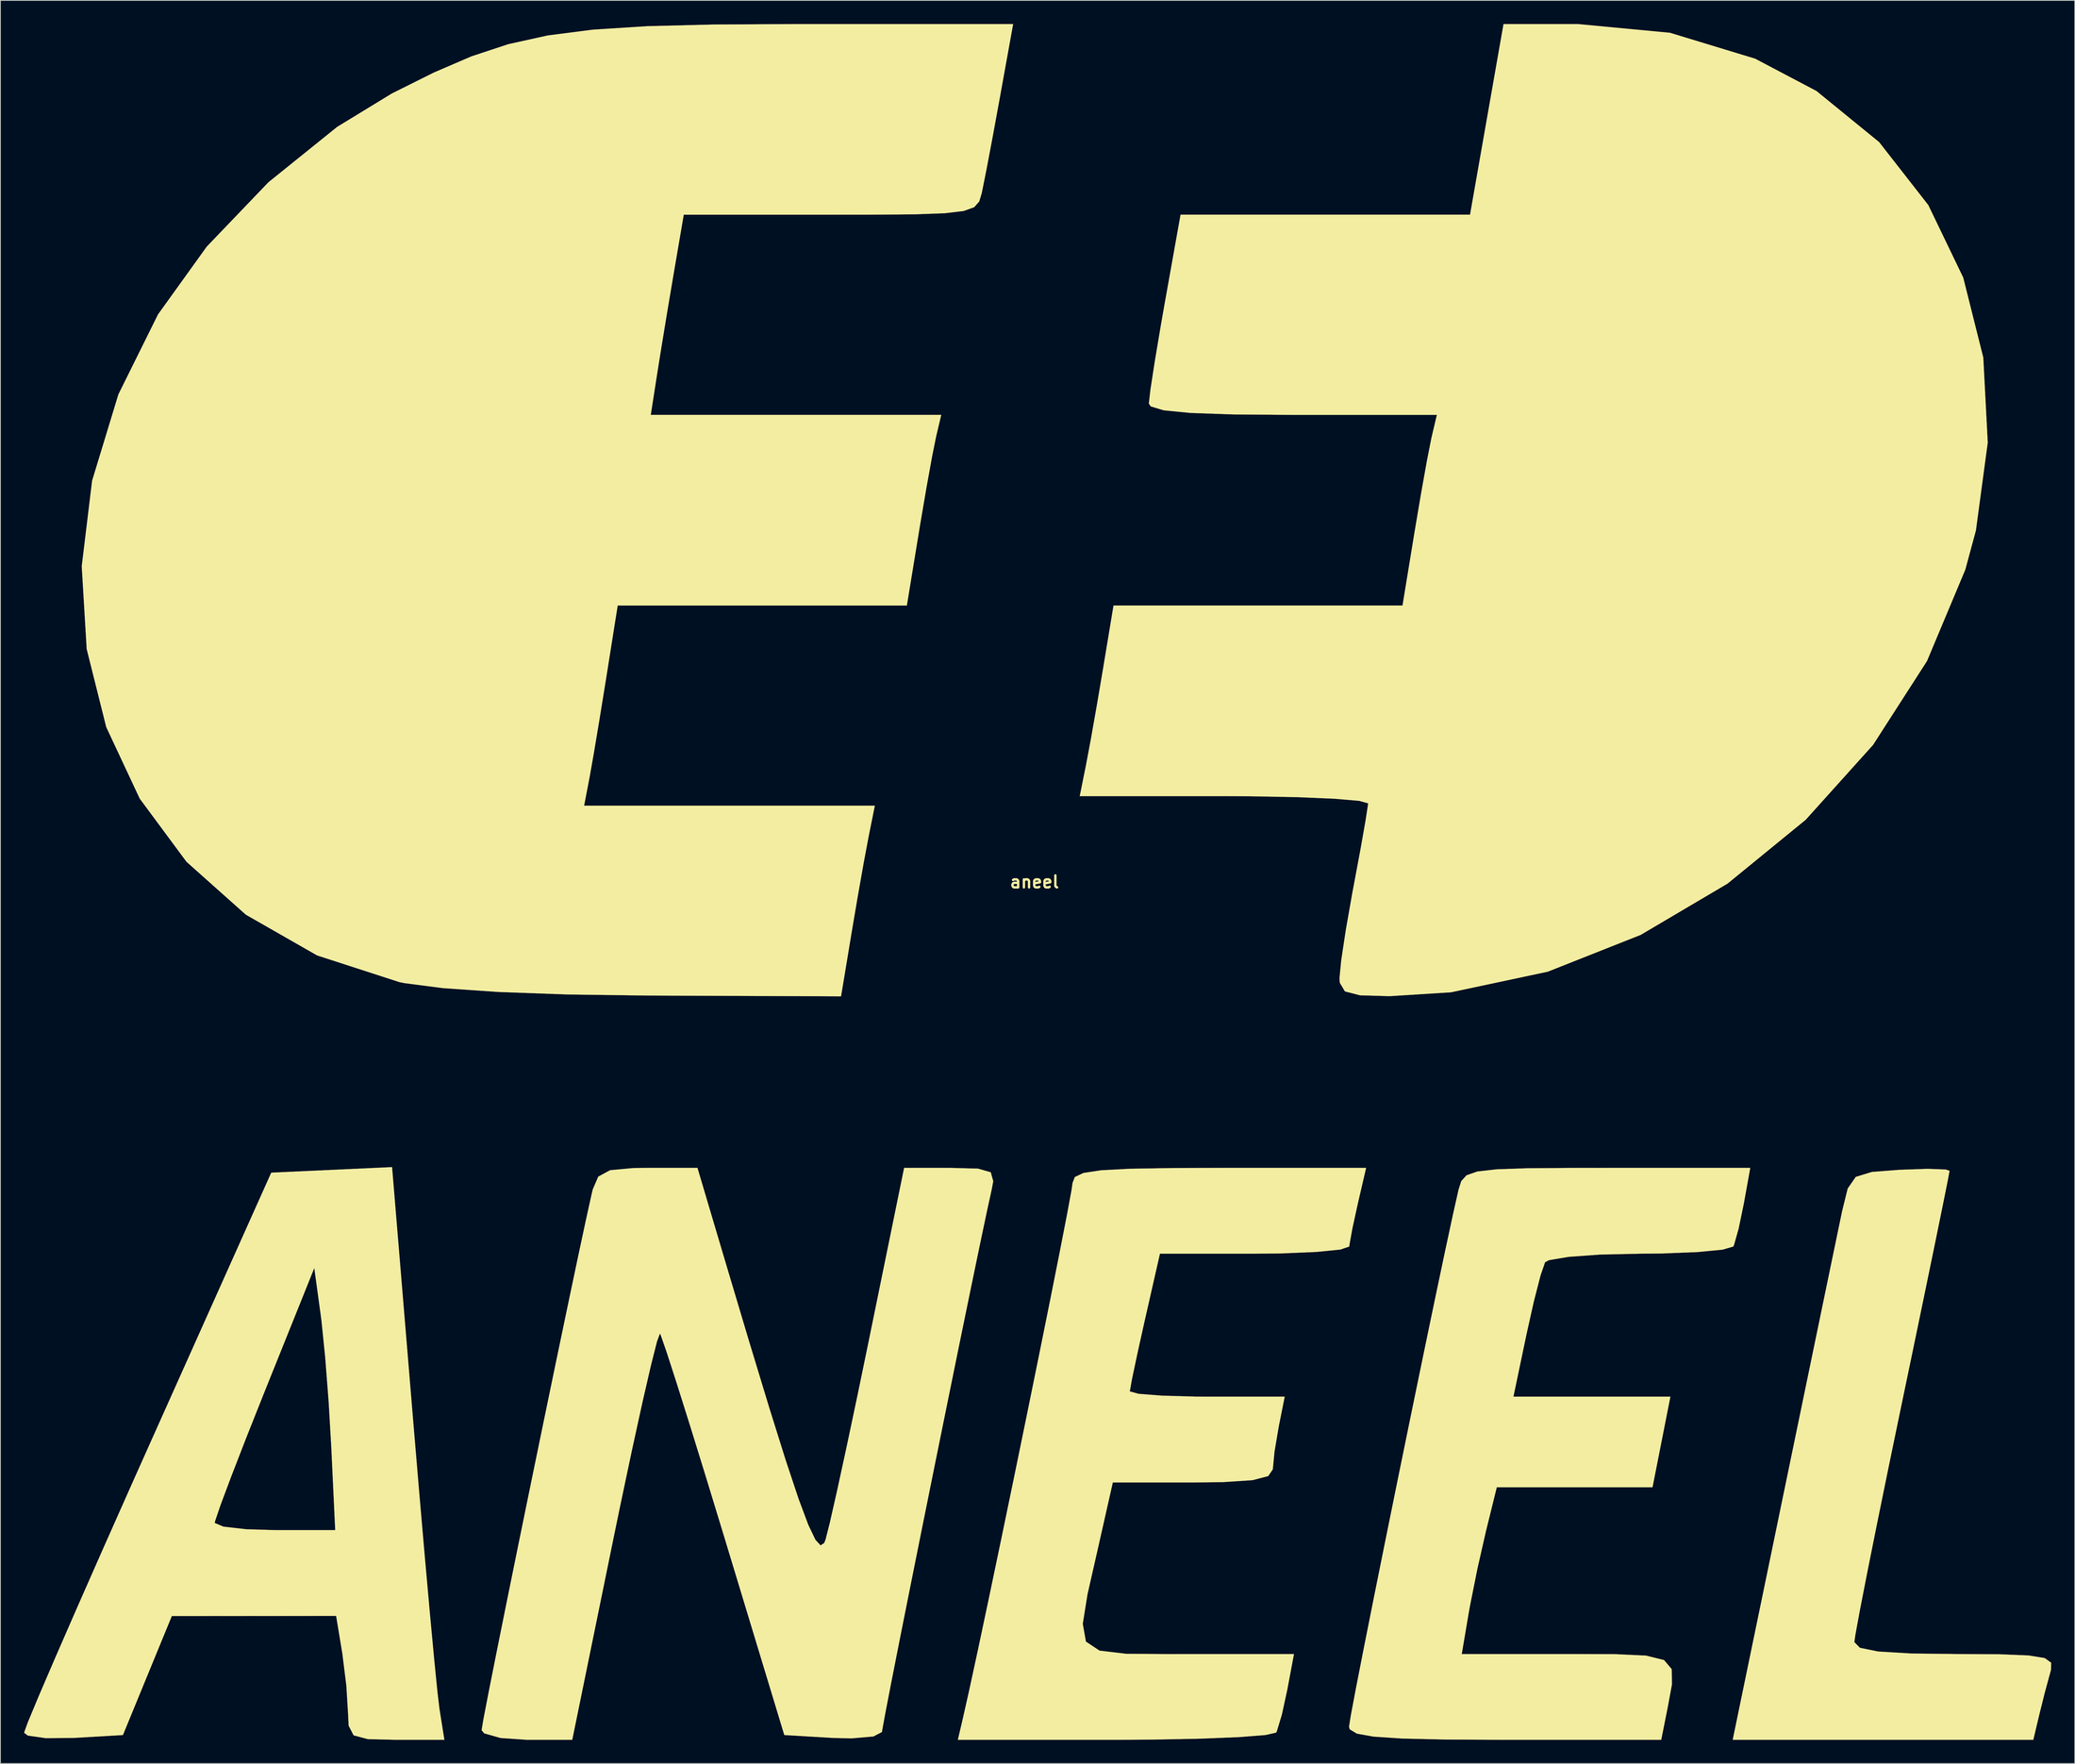
<source format=kicad_pcb>
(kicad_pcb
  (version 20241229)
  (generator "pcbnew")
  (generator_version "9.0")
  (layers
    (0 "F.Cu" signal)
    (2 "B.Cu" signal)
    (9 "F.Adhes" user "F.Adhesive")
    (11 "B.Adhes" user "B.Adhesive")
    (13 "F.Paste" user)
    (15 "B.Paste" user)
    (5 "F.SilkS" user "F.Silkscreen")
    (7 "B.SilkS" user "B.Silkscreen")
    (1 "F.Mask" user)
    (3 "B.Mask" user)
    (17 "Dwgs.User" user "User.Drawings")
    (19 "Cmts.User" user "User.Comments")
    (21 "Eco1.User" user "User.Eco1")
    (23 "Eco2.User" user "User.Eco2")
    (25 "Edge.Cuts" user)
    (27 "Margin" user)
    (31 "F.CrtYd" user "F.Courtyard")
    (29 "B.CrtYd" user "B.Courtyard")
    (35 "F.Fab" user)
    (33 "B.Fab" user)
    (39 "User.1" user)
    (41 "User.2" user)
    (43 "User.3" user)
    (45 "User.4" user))
  (footprint "aneel"
    (layer "F.Cu")
    (at 128.215 108.862)
    (property "Reference" "aneel" (at 0 0 0) (layer "F.SilkS") (effects (font (size 1.524 1.524) (thickness 0.3))))
    (attr through_hole)
    (fp_poly (pts (xy 115.629 36.491) (xy 116.114 36.652) (xy 115.877 37.924) (xy 115.211 41.234) (xy 114.184 46.256) (xy 112.862 52.661) (xy 111.314 60.122) (xy 110.078 66.047) (xy 108.4 74.14) (xy 106.9 81.483) (xy 105.647 87.732) (xy 104.709 92.544) (xy 104.154 95.576) (xy 104.031 96.46) (xy 104.739 97.183) (xy 107.06 97.654) (xy 111.273 97.906) (xy 116.801 97.971) (xy 122.483 98.005) (xy 126.146 98.154) (xy 128.185 98.485) (xy 128.999 99.07) (xy 128.985 99.976) (xy 128.953 100.088) (xy 128.194 102.876) (xy 127.531 105.531) (xy 126.738 108.857) (xy 88.599 108.857) (xy 95.039 77.712) (xy 96.825 69.078) (xy 98.5 60.986) (xy 99.986 53.81) (xy 101.205 47.929) (xy 102.08 43.719) (xy 102.495 41.729) (xy 103.192 38.903) (xy 104.213 37.427) (xy 106.267 36.798) (xy 109.813 36.525) (xy 113.342 36.405) (xy 115.629 36.491)) (stroke (width 0.01) (type solid)) (fill yes) (layer "F.SilkS"))
    (fp_poly (pts (xy -78.822 68.591) (xy -78.078 77.403) (xy -77.366 85.602) (xy -76.718 92.823) (xy -76.168 98.703) (xy -75.749 102.879) (xy -75.504 104.926) (xy -74.881 108.857) (xy -80.983 108.857) (xy -84.587 108.771) (xy -86.394 108.287) (xy -87.025 107.067) (xy -87.099 105.531) (xy -87.313 102.01) (xy -87.816 97.955) (xy -87.862 97.669) (xy -88.612 93.133) (xy -99.037 93.14) (xy -109.462 93.146) (xy -112.566 100.699) (xy -115.669 108.252) (xy -121.939 108.618) (xy -125.456 108.645) (xy -127.731 108.32) (xy -128.21 107.955) (xy -127.732 106.638) (xy -126.379 103.387) (xy -124.269 98.476) (xy -121.52 92.177) (xy -118.251 84.761) (xy -116.731 81.34) (xy -104.024 81.34) (xy -102.919 81.808) (xy -100.041 82.136) (xy -96.374 82.248) (xy -88.729 82.248) (xy -89.228 71.664) (xy -89.564 65.92) (xy -90.004 60.263) (xy -90.463 55.745) (xy -90.555 55.033) (xy -91.384 48.986) (xy -97.706 64.71) (xy -99.989 70.449) (xy -101.904 75.384) (xy -103.288 79.082) (xy -103.977 81.112) (xy -104.024 81.34) (xy -116.731 81.34) (xy -114.58 76.502) (xy -112.527 71.908) (xy -96.845 36.89) (xy -81.518 36.186) (xy -78.822 68.591)) (stroke (width 0.01) (type solid)) (fill yes) (layer "F.SilkS"))
    (fp_poly (pts (xy 80.641 -107.75) (xy 91.44 -104.465) (xy 99.226 -100.362) (xy 107.175 -93.881) (xy 113.412 -85.894) (xy 117.848 -76.685) (xy 120.392 -66.542) (xy 120.958 -55.75) (xy 119.455 -44.595) (xy 118.107 -39.617) (xy 113.25 -28.033) (xy 106.402 -17.384) (xy 97.863 -7.893) (xy 87.938 0.214) (xy 76.927 6.715) (xy 65.133 11.386) (xy 52.859 14.001) (xy 45.055 14.493) (xy 41.305 14.384) (xy 39.393 13.887) (xy 38.741 12.793) (xy 38.705 12.202) (xy 38.925 9.948) (xy 39.508 6.083) (xy 40.338 1.365) (xy 40.519 0.409) (xy 41.37 -4.147) (xy 42.007 -7.76) (xy 42.319 -9.792) (xy 42.333 -9.979) (xy 41.193 -10.293) (xy 38.051 -10.56) (xy 33.322 -10.759) (xy 27.423 -10.87) (xy 24.039 -10.886) (xy 5.745 -10.886) (xy 6.536 -14.817) (xy 7.151 -18.091) (xy 7.961 -22.68) (xy 8.678 -26.912) (xy 10.031 -35.076) (xy 46.7 -35.076) (xy 48.237 -44.45) (xy 49.059 -49.314) (xy 49.817 -53.538) (xy 50.364 -56.308) (xy 50.418 -56.545) (xy 51.062 -59.267) (xy 32.788 -59.267) (xy 25.201 -59.325) (xy 19.812 -59.513) (xy 16.401 -59.848) (xy 14.751 -60.345) (xy 14.514 -60.709) (xy 14.717 -62.472) (xy 15.26 -66.005) (xy 16.048 -70.697) (xy 16.525 -73.409) (xy 18.536 -84.667) (xy 55.269 -84.667) (xy 59.518 -108.857) (xy 68.961 -108.857) (xy 80.641 -107.75)) (stroke (width 0.01) (type solid)) (fill yes) (layer "F.SilkS"))
    (fp_poly (pts (xy 90.005 40.821) (xy 89.346 43.999) (xy 88.761 46.067) (xy 88.67 46.264) (xy 87.313 46.658) (xy 84.099 46.966) (xy 79.588 47.144) (xy 76.805 47.171) (xy 71.805 47.28) (xy 67.776 47.57) (xy 65.289 47.99) (xy 64.789 48.252) (xy 64.216 49.917) (xy 63.363 53.229) (xy 62.447 57.323) (xy 60.772 65.314) (xy 80.69 65.314) (xy 79.556 71.06) (xy 78.422 76.805) (xy 58.662 76.805) (xy 57.284 82.387) (xy 56.209 87.108) (xy 55.25 91.901) (xy 55.061 92.97) (xy 54.216 97.971) (xy 67.627 97.971) (xy 73.64 97.988) (xy 77.603 98.174) (xy 79.886 98.739) (xy 80.857 99.888) (xy 80.887 101.83) (xy 80.343 104.772) (xy 80.282 105.077) (xy 79.526 108.857) (xy 59.72 108.857) (xy 52.143 108.821) (xy 46.683 108.695) (xy 43.041 108.454) (xy 40.915 108.073) (xy 40.007 107.527) (xy 39.914 107.204) (xy 40.149 105.732) (xy 40.803 102.263) (xy 41.801 97.166) (xy 43.067 90.812) (xy 44.526 83.57) (xy 46.102 75.811) (xy 47.72 67.904) (xy 49.305 60.221) (xy 50.78 53.13) (xy 52.071 47.003) (xy 53.101 42.209) (xy 53.796 39.118) (xy 53.823 39.007) (xy 54.156 37.963) (xy 54.82 37.227) (xy 56.19 36.746) (xy 58.637 36.465) (xy 62.537 36.33) (xy 68.262 36.289) (xy 72.649 36.286) (xy 90.824 36.286) (xy 90.005 40.821)) (stroke (width 0.01) (type solid)) (fill yes) (layer "F.SilkS"))
    (fp_poly (pts (xy 41.025 40.821) (xy 40.336 43.977) (xy 39.963 46.049) (xy 39.943 46.264) (xy 38.807 46.647) (xy 35.767 46.949) (xy 31.34 47.134) (xy 27.916 47.171) (xy 15.918 47.171) (xy 14.006 55.574) (xy 13.065 59.803) (xy 12.382 63.034) (xy 12.097 64.612) (xy 12.095 64.646) (xy 13.21 64.954) (xy 16.175 65.187) (xy 20.424 65.306) (xy 21.923 65.314) (xy 31.75 65.314) (xy 30.994 69.094) (xy 30.455 72.29) (xy 30.238 74.537) (xy 29.658 75.391) (xy 27.668 75.91) (xy 23.895 76.157) (xy 20.088 76.2) (xy 9.939 76.2) (xy 7.993 84.815) (xy 6.722 90.406) (xy 6.125 94.143) (xy 6.527 96.397) (xy 8.251 97.54) (xy 11.623 97.943) (xy 16.966 97.978) (xy 19.487 97.971) (xy 32.926 97.971) (xy 32.077 102.498) (xy 31.385 105.674) (xy 30.76 107.744) (xy 30.662 107.941) (xy 29.322 108.247) (xy 25.979 108.51) (xy 21.045 108.711) (xy 14.935 108.831) (xy 10.187 108.857) (xy -9.722 108.857) (xy -9.083 106.136) (xy -8.279 102.56) (xy -7.157 97.372) (xy -5.794 90.94) (xy -4.266 83.635) (xy -2.648 75.827) (xy -1.016 67.885) (xy 0.554 60.179) (xy 1.986 53.08) (xy 3.205 46.957) (xy 4.135 42.18) (xy 4.7 39.119) (xy 4.838 38.168) (xy 5.126 37.443) (xy 6.215 36.928) (xy 8.445 36.589) (xy 12.152 36.392) (xy 17.676 36.303) (xy 23.458 36.286) (xy 42.079 36.286) (xy 41.025 40.821)) (stroke (width 0.01) (type solid)) (fill yes) (layer "F.SilkS"))
    (fp_poly (pts (xy -4.403 -99.483) (xy -5.294 -94.626) (xy -6.093 -90.406) (xy -6.646 -87.633) (xy -6.699 -87.388) (xy -7.008 -86.354) (xy -7.646 -85.622) (xy -8.981 -85.14) (xy -11.381 -84.855) (xy -15.213 -84.716) (xy -20.846 -84.671) (xy -25.904 -84.667) (xy -44.504 -84.667) (xy -45.798 -77.107) (xy -46.647 -72.065) (xy -47.462 -67.099) (xy -47.891 -64.407) (xy -48.69 -59.267) (xy -11.833 -59.267) (xy -12.477 -56.545) (xy -12.98 -54.06) (xy -13.716 -50) (xy -14.538 -45.179) (xy -14.658 -44.45) (xy -16.196 -35.076) (xy -52.887 -35.076) (xy -54.376 -25.702) (xy -55.182 -20.724) (xy -55.926 -16.277) (xy -56.463 -13.237) (xy -56.508 -13.002) (xy -57.15 -9.676) (xy -20.26 -9.676) (xy -21.05 -5.745) (xy -21.665 -2.471) (xy -22.476 2.118) (xy -23.193 6.35) (xy -24.545 14.514) (xy -48.861 14.418) (xy -59.217 14.279) (xy -68.034 13.96) (xy -75.035 13.475) (xy -79.945 12.84) (xy -80.568 12.714) (xy -91.032 9.321) (xy -100.072 4.151) (xy -107.6 -2.559) (xy -113.532 -10.572) (xy -117.782 -19.65) (xy -120.263 -29.556) (xy -120.891 -40.053) (xy -119.578 -50.903) (xy -116.24 -61.869) (xy -111.212 -72.014) (xy -105.03 -80.614) (xy -97.207 -88.779) (xy -88.484 -95.808) (xy -81.534 -100.05) (xy -76.234 -102.694) (xy -71.449 -104.755) (xy -66.763 -106.304) (xy -61.759 -107.411) (xy -56.017 -108.149) (xy -49.122 -108.589) (xy -40.654 -108.801) (xy -30.197 -108.857) (xy -29.906 -108.857) (xy -2.71 -108.857) (xy -4.403 -99.483)) (stroke (width 0.01) (type solid)) (fill yes) (layer "F.SilkS"))
    (fp_poly (pts (xy -39.444 47.474) (xy -36.244 58.196) (xy -33.638 66.779) (xy -31.558 73.411) (xy -29.936 78.28) (xy -28.705 81.573) (xy -27.796 83.479) (xy -27.144 84.186) (xy -26.679 83.882) (xy -26.511 83.457) (xy -25.972 81.334) (xy -25.052 77.277) (xy -23.846 71.725) (xy -22.449 65.116) (xy -21.053 58.36) (xy -16.54 36.286) (xy -10.666 36.286) (xy -7.175 36.377) (xy -5.548 36.844) (xy -5.233 37.972) (xy -5.426 39.007) (xy -6.002 41.63) (xy -6.93 46.035) (xy -8.137 51.857) (xy -9.549 58.729) (xy -11.09 66.287) (xy -12.689 74.164) (xy -14.27 81.994) (xy -15.759 89.411) (xy -17.084 96.05) (xy -18.168 101.545) (xy -18.939 105.529) (xy -19.323 107.637) (xy -19.352 107.864) (xy -20.438 108.431) (xy -23.22 108.673) (xy -25.548 108.618) (xy -31.744 108.252) (xy -39.394 83.016) (xy -41.653 75.615) (xy -43.691 69.027) (xy -45.401 63.594) (xy -46.675 59.656) (xy -47.406 57.554) (xy -47.524 57.301) (xy -47.893 58.287) (xy -48.662 61.315) (xy -49.753 66.053) (xy -51.093 72.171) (xy -52.606 79.338) (xy -53.329 82.84) (xy -58.654 108.857) (xy -64.403 108.857) (xy -67.754 108.625) (xy -69.826 108.035) (xy -70.152 107.628) (xy -69.917 106.224) (xy -69.261 102.821) (xy -68.26 97.786) (xy -66.99 91.486) (xy -65.527 84.29) (xy -63.945 76.564) (xy -62.321 68.677) (xy -60.73 60.997) (xy -59.247 53.891) (xy -57.949 47.726) (xy -56.911 42.872) (xy -56.208 39.694) (xy -56.046 39.007) (xy -55.349 37.393) (xy -53.849 36.579) (xy -50.877 36.303) (xy -49.07 36.286) (xy -42.765 36.286) (xy -39.444 47.474)) (stroke (width 0.01) (type solid)) (fill yes) (layer "F.SilkS")))
  (gr_rect
    (start -3 -3)
    (end 260.218 220.724)
    (stroke (width 0.1) (type default))
    (fill no)
    (layer "Edge.Cuts")))
</source>
